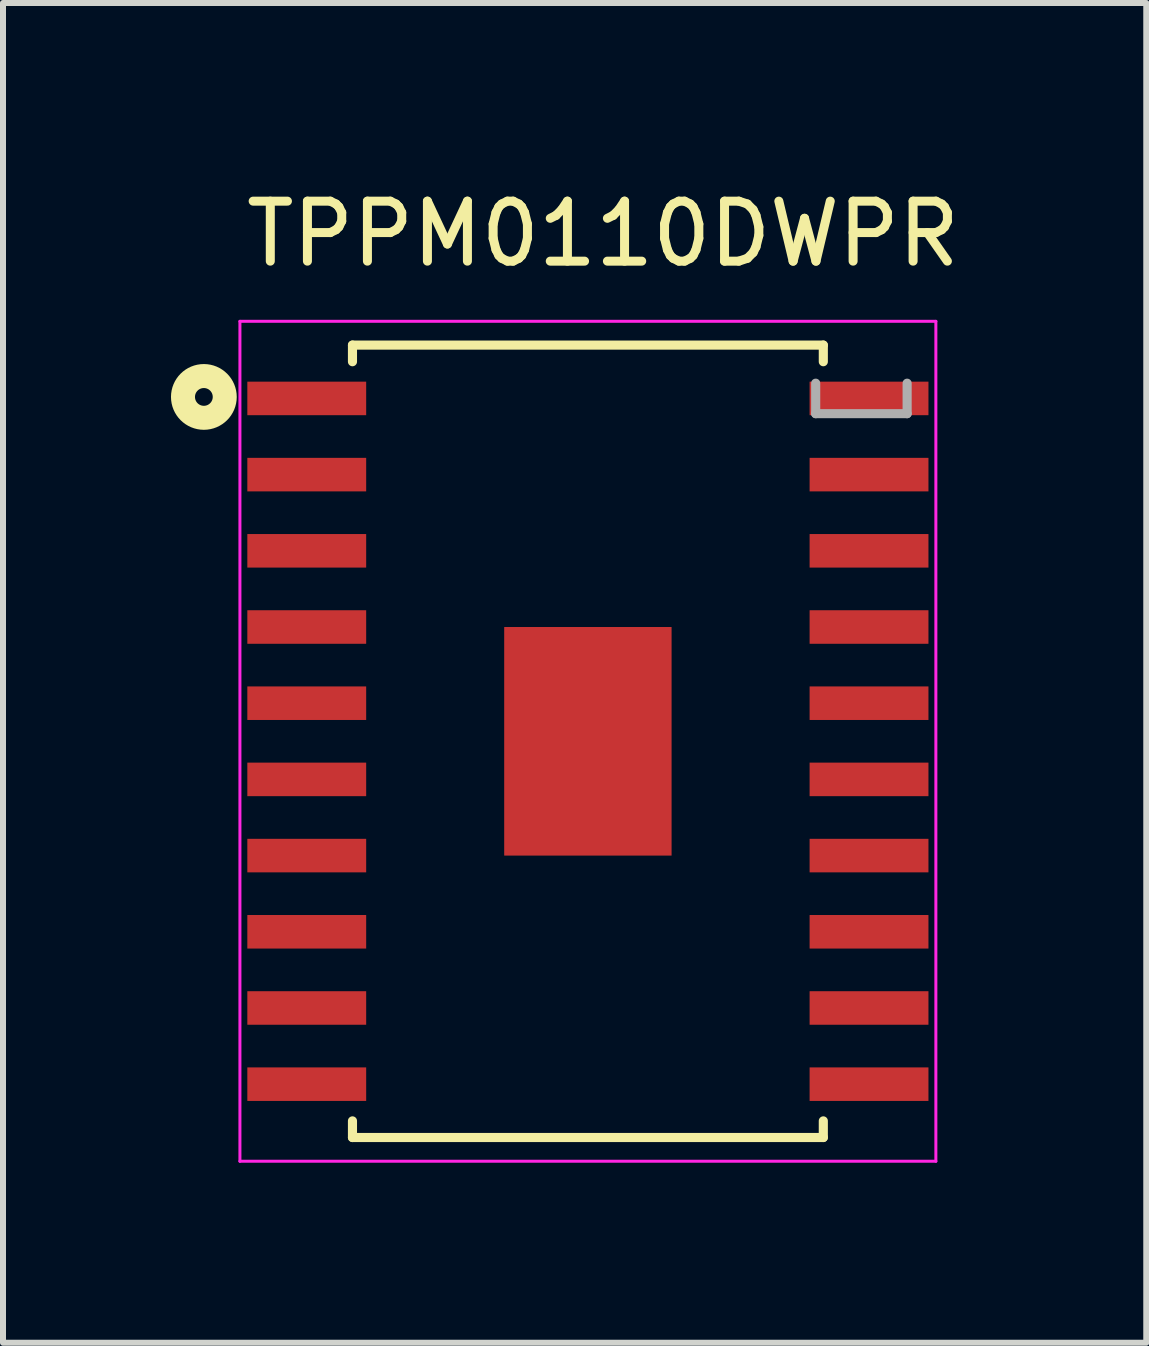
<source format=kicad_pcb>
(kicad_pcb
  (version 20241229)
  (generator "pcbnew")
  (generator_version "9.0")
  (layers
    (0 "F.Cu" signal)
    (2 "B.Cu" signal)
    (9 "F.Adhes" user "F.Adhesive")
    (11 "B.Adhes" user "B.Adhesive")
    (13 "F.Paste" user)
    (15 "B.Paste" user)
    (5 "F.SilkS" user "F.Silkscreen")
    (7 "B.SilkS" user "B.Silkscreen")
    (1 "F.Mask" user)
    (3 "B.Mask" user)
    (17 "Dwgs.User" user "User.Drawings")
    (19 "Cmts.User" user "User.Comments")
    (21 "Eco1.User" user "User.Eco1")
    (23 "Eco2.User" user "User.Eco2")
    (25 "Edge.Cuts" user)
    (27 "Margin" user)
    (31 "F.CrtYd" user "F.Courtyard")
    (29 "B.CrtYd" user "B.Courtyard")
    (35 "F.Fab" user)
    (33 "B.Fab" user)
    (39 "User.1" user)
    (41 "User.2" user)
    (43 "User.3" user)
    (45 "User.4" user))
  (footprint "TPPM0110DWPR"
    (layer "F.Cu")
    (at 6.749 9.306)
    (property "Reference" "TPPM0110DWPR" (at 0.254 -8.458 0) (layer "F.SilkS") (effects (font (size 1 1) (thickness 0.15))))
    (attr through_hole)
    (fp_line (start -1.458 -1.968) (end -0.987 -1.968) (stroke (width 0.152) (type solid)) (layer "F.Mask"))
    (fp_line (start -1.458 -1.968) (end 1.458 -1.968) (stroke (width 0.152) (type solid)) (layer "F.Mask"))
    (fp_line (start -1.458 -1.381) (end -1.458 -1.968) (stroke (width 0.152) (type solid)) (layer "F.Mask"))
    (fp_line (start -1.458 -0.981) (end 1.458 -0.981) (stroke (width 0.152) (type solid)) (layer "F.Mask"))
    (fp_line (start -1.458 -0.594) (end -1.458 -0.981) (stroke (width 0.152) (type solid)) (layer "F.Mask"))
    (fp_line (start -1.458 -0.194) (end 1.458 -0.194) (stroke (width 0.152) (type solid)) (layer "F.Mask"))
    (fp_line (start -1.458 0.194) (end -1.458 -0.194) (stroke (width 0.152) (type solid)) (layer "F.Mask"))
    (fp_line (start -1.458 0.594) (end 1.458 0.594) (stroke (width 0.152) (type solid)) (layer "F.Mask"))
    (fp_line (start -1.458 0.981) (end -1.458 0.594) (stroke (width 0.152) (type solid)) (layer "F.Mask"))
    (fp_line (start -1.458 1.381) (end 1.458 1.381) (stroke (width 0.152) (type solid)) (layer "F.Mask"))
    (fp_line (start -1.458 1.968) (end -1.458 -1.968) (stroke (width 0.152) (type solid)) (layer "F.Mask"))
    (fp_line (start -1.458 1.968) (end -1.458 1.381) (stroke (width 0.152) (type solid)) (layer "F.Mask"))
    (fp_line (start -0.987 -1.968) (end -0.987 1.968) (stroke (width 0.152) (type solid)) (layer "F.Mask"))
    (fp_line (start -0.987 1.968) (end -1.458 1.968) (stroke (width 0.152) (type solid)) (layer "F.Mask"))
    (fp_line (start -0.587 -1.968) (end -0.587 1.968) (stroke (width 0.152) (type solid)) (layer "F.Mask"))
    (fp_line (start -0.587 1.968) (end -0.2 1.968) (stroke (width 0.152) (type solid)) (layer "F.Mask"))
    (fp_line (start -0.2 -1.968) (end -0.587 -1.968) (stroke (width 0.152) (type solid)) (layer "F.Mask"))
    (fp_line (start -0.2 1.968) (end -0.2 -1.968) (stroke (width 0.152) (type solid)) (layer "F.Mask"))
    (fp_line (start 0.2 -1.968) (end 0.2 1.968) (stroke (width 0.152) (type solid)) (layer "F.Mask"))
    (fp_line (start 0.2 1.968) (end 0.587 1.968) (stroke (width 0.152) (type solid)) (layer "F.Mask"))
    (fp_line (start 0.587 -1.968) (end 0.2 -1.968) (stroke (width 0.152) (type solid)) (layer "F.Mask"))
    (fp_line (start 0.587 1.968) (end 0.587 -1.968) (stroke (width 0.152) (type solid)) (layer "F.Mask"))
    (fp_line (start 0.987 -1.968) (end 1.458 -1.968) (stroke (width 0.152) (type solid)) (layer "F.Mask"))
    (fp_line (start 0.987 1.968) (end 0.987 -1.968) (stroke (width 0.152) (type solid)) (layer "F.Mask"))
    (fp_line (start 1.458 -1.968) (end 1.458 -1.381) (stroke (width 0.152) (type solid)) (layer "F.Mask"))
    (fp_line (start 1.458 -1.968) (end 1.458 1.968) (stroke (width 0.152) (type solid)) (layer "F.Mask"))
    (fp_line (start 1.458 -1.381) (end -1.458 -1.381) (stroke (width 0.152) (type solid)) (layer "F.Mask"))
    (fp_line (start 1.458 -0.981) (end 1.458 -0.594) (stroke (width 0.152) (type solid)) (layer "F.Mask"))
    (fp_line (start 1.458 -0.594) (end -1.458 -0.594) (stroke (width 0.152) (type solid)) (layer "F.Mask"))
    (fp_line (start 1.458 -0.194) (end 1.458 0.194) (stroke (width 0.152) (type solid)) (layer "F.Mask"))
    (fp_line (start 1.458 0.194) (end -1.458 0.194) (stroke (width 0.152) (type solid)) (layer "F.Mask"))
    (fp_line (start 1.458 0.594) (end 1.458 0.981) (stroke (width 0.152) (type solid)) (layer "F.Mask"))
    (fp_line (start 1.458 0.981) (end -1.458 0.981) (stroke (width 0.152) (type solid)) (layer "F.Mask"))
    (fp_line (start 1.458 1.381) (end 1.458 1.968) (stroke (width 0.152) (type solid)) (layer "F.Mask"))
    (fp_line (start 1.458 1.968) (end -1.458 1.968) (stroke (width 0.152) (type solid)) (layer "F.Mask"))
    (fp_line (start 1.458 1.968) (end 0.987 1.968) (stroke (width 0.152) (type solid)) (layer "F.Mask"))
    (fp_line (start -3.924 -6.604) (end -3.924 -6.327) (stroke (width 0.152) (type solid)) (layer "F.SilkS"))
    (fp_line (start -3.924 6.327) (end -3.924 6.604) (stroke (width 0.152) (type solid)) (layer "F.SilkS"))
    (fp_line (start -3.924 6.604) (end 3.924 6.604) (stroke (width 0.152) (type solid)) (layer "F.SilkS"))
    (fp_line (start 3.924 -6.604) (end -3.924 -6.604) (stroke (width 0.152) (type solid)) (layer "F.SilkS"))
    (fp_line (start 3.924 -6.327) (end 3.924 -6.604) (stroke (width 0.152) (type solid)) (layer "F.SilkS"))
    (fp_line (start 3.924 6.604) (end 3.924 6.327) (stroke (width 0.152) (type solid)) (layer "F.SilkS"))
    (fp_circle (center -6.401 -5.74) (end -6.253 -5.74) (stroke (width 0.4) (type solid)) (fill no) (layer "F.SilkS"))
    (fp_line (start -1.32 -1.83) (end -1.32 -1.281) (stroke (width 0.152) (type solid)) (layer "F.Paste"))
    (fp_line (start -1.32 -1.281) (end -1.029 -1.281) (stroke (width 0.152) (type solid)) (layer "F.Paste"))
    (fp_line (start -1.32 -1.081) (end -1.32 -0.494) (stroke (width 0.152) (type solid)) (layer "F.Paste"))
    (fp_line (start -1.32 -0.494) (end -1.029 -0.494) (stroke (width 0.152) (type solid)) (layer "F.Paste"))
    (fp_line (start -1.32 -0.294) (end -1.32 0.294) (stroke (width 0.152) (type solid)) (layer "F.Paste"))
    (fp_line (start -1.32 0.294) (end -1.029 0.294) (stroke (width 0.152) (type solid)) (layer "F.Paste"))
    (fp_line (start -1.32 0.494) (end -1.32 1.081) (stroke (width 0.152) (type solid)) (layer "F.Paste"))
    (fp_line (start -1.32 1.081) (end -1.029 1.081) (stroke (width 0.152) (type solid)) (layer "F.Paste"))
    (fp_line (start -1.32 1.281) (end -1.32 1.83) (stroke (width 0.152) (type solid)) (layer "F.Paste"))
    (fp_line (start -1.32 1.83) (end -0.887 1.83) (stroke (width 0.152) (type solid)) (layer "F.Paste"))
    (fp_line (start -1.029 -1.281) (end -1.029 -1.281) (stroke (width 0.152) (type solid)) (layer "F.Paste"))
    (fp_line (start -1.029 -1.281) (end -0.887 -1.423) (stroke (width 0.152) (type solid)) (layer "F.Paste"))
    (fp_line (start -1.029 -1.081) (end -1.32 -1.081) (stroke (width 0.152) (type solid)) (layer "F.Paste"))
    (fp_line (start -1.029 -1.081) (end -1.029 -1.081) (stroke (width 0.152) (type solid)) (layer "F.Paste"))
    (fp_line (start -1.029 -0.494) (end -1.029 -0.494) (stroke (width 0.152) (type solid)) (layer "F.Paste"))
    (fp_line (start -1.029 -0.494) (end -0.887 -0.635) (stroke (width 0.152) (type solid)) (layer "F.Paste"))
    (fp_line (start -1.029 -0.294) (end -1.32 -0.294) (stroke (width 0.152) (type solid)) (layer "F.Paste"))
    (fp_line (start -1.029 -0.294) (end -1.029 -0.294) (stroke (width 0.152) (type solid)) (layer "F.Paste"))
    (fp_line (start -1.029 0.294) (end -1.029 0.294) (stroke (width 0.152) (type solid)) (layer "F.Paste"))
    (fp_line (start -1.029 0.294) (end -0.887 0.152) (stroke (width 0.152) (type solid)) (layer "F.Paste"))
    (fp_line (start -1.029 0.494) (end -1.32 0.494) (stroke (width 0.152) (type solid)) (layer "F.Paste"))
    (fp_line (start -1.029 0.494) (end -1.029 0.494) (stroke (width 0.152) (type solid)) (layer "F.Paste"))
    (fp_line (start -1.029 1.081) (end -1.029 1.081) (stroke (width 0.152) (type solid)) (layer "F.Paste"))
    (fp_line (start -1.029 1.081) (end -0.887 0.94) (stroke (width 0.152) (type solid)) (layer "F.Paste"))
    (fp_line (start -1.029 1.281) (end -1.32 1.281) (stroke (width 0.152) (type solid)) (layer "F.Paste"))
    (fp_line (start -1.029 1.281) (end -1.029 1.281) (stroke (width 0.152) (type solid)) (layer "F.Paste"))
    (fp_line (start -0.887 -1.83) (end -1.32 -1.83) (stroke (width 0.152) (type solid)) (layer "F.Paste"))
    (fp_line (start -0.887 -1.423) (end -0.887 -1.83) (stroke (width 0.152) (type solid)) (layer "F.Paste"))
    (fp_line (start -0.887 -1.423) (end -0.887 -1.423) (stroke (width 0.152) (type solid)) (layer "F.Paste"))
    (fp_line (start -0.887 -0.94) (end -1.029 -1.081) (stroke (width 0.152) (type solid)) (layer "F.Paste"))
    (fp_line (start -0.887 -0.94) (end -0.887 -0.94) (stroke (width 0.152) (type solid)) (layer "F.Paste"))
    (fp_line (start -0.887 -0.635) (end -0.887 -0.94) (stroke (width 0.152) (type solid)) (layer "F.Paste"))
    (fp_line (start -0.887 -0.635) (end -0.887 -0.635) (stroke (width 0.152) (type solid)) (layer "F.Paste"))
    (fp_line (start -0.887 -0.152) (end -1.029 -0.294) (stroke (width 0.152) (type solid)) (layer "F.Paste"))
    (fp_line (start -0.887 -0.152) (end -0.887 -0.152) (stroke (width 0.152) (type solid)) (layer "F.Paste"))
    (fp_line (start -0.887 0.152) (end -0.887 -0.152) (stroke (width 0.152) (type solid)) (layer "F.Paste"))
    (fp_line (start -0.887 0.152) (end -0.887 0.152) (stroke (width 0.152) (type solid)) (layer "F.Paste"))
    (fp_line (start -0.887 0.635) (end -1.029 0.494) (stroke (width 0.152) (type solid)) (layer "F.Paste"))
    (fp_line (start -0.887 0.635) (end -0.887 0.635) (stroke (width 0.152) (type solid)) (layer "F.Paste"))
    (fp_line (start -0.887 0.94) (end -0.887 0.635) (stroke (width 0.152) (type solid)) (layer "F.Paste"))
    (fp_line (start -0.887 0.94) (end -0.887 0.94) (stroke (width 0.152) (type solid)) (layer "F.Paste"))
    (fp_line (start -0.887 1.423) (end -1.029 1.281) (stroke (width 0.152) (type solid)) (layer "F.Paste"))
    (fp_line (start -0.887 1.423) (end -0.887 1.423) (stroke (width 0.152) (type solid)) (layer "F.Paste"))
    (fp_line (start -0.887 1.83) (end -0.887 1.423) (stroke (width 0.152) (type solid)) (layer "F.Paste"))
    (fp_line (start -0.687 -1.83) (end -0.687 -1.423) (stroke (width 0.152) (type solid)) (layer "F.Paste"))
    (fp_line (start -0.687 -1.423) (end -0.687 -1.423) (stroke (width 0.152) (type solid)) (layer "F.Paste"))
    (fp_line (start -0.687 -1.423) (end -0.546 -1.281) (stroke (width 0.152) (type solid)) (layer "F.Paste"))
    (fp_line (start -0.687 -0.94) (end -0.687 -0.94) (stroke (width 0.152) (type solid)) (layer "F.Paste"))
    (fp_line (start -0.687 -0.94) (end -0.687 -0.635) (stroke (width 0.152) (type solid)) (layer "F.Paste"))
    (fp_line (start -0.687 -0.635) (end -0.687 -0.635) (stroke (width 0.152) (type solid)) (layer "F.Paste"))
    (fp_line (start -0.687 -0.635) (end -0.546 -0.494) (stroke (width 0.152) (type solid)) (layer "F.Paste"))
    (fp_line (start -0.687 -0.152) (end -0.687 -0.152) (stroke (width 0.152) (type solid)) (layer "F.Paste"))
    (fp_line (start -0.687 -0.152) (end -0.687 0.152) (stroke (width 0.152) (type solid)) (layer "F.Paste"))
    (fp_line (start -0.687 0.152) (end -0.687 0.152) (stroke (width 0.152) (type solid)) (layer "F.Paste"))
    (fp_line (start -0.687 0.152) (end -0.546 0.294) (stroke (width 0.152) (type solid)) (layer "F.Paste"))
    (fp_line (start -0.687 0.635) (end -0.687 0.635) (stroke (width 0.152) (type solid)) (layer "F.Paste"))
    (fp_line (start -0.687 0.635) (end -0.687 0.94) (stroke (width 0.152) (type solid)) (layer "F.Paste"))
    (fp_line (start -0.687 0.94) (end -0.687 0.94) (stroke (width 0.152) (type solid)) (layer "F.Paste"))
    (fp_line (start -0.687 0.94) (end -0.546 1.081) (stroke (width 0.152) (type solid)) (layer "F.Paste"))
    (fp_line (start -0.687 1.423) (end -0.687 1.423) (stroke (width 0.152) (type solid)) (layer "F.Paste"))
    (fp_line (start -0.687 1.423) (end -0.687 1.83) (stroke (width 0.152) (type solid)) (layer "F.Paste"))
    (fp_line (start -0.687 1.83) (end -0.1 1.83) (stroke (width 0.152) (type solid)) (layer "F.Paste"))
    (fp_line (start -0.546 -1.281) (end -0.546 -1.281) (stroke (width 0.152) (type solid)) (layer "F.Paste"))
    (fp_line (start -0.546 -1.281) (end -0.241 -1.281) (stroke (width 0.152) (type solid)) (layer "F.Paste"))
    (fp_line (start -0.546 -1.081) (end -0.687 -0.94) (stroke (width 0.152) (type solid)) (layer "F.Paste"))
    (fp_line (start -0.546 -1.081) (end -0.546 -1.081) (stroke (width 0.152) (type solid)) (layer "F.Paste"))
    (fp_line (start -0.546 -0.494) (end -0.546 -0.494) (stroke (width 0.152) (type solid)) (layer "F.Paste"))
    (fp_line (start -0.546 -0.494) (end -0.241 -0.494) (stroke (width 0.152) (type solid)) (layer "F.Paste"))
    (fp_line (start -0.546 -0.294) (end -0.687 -0.152) (stroke (width 0.152) (type solid)) (layer "F.Paste"))
    (fp_line (start -0.546 -0.294) (end -0.546 -0.294) (stroke (width 0.152) (type solid)) (layer "F.Paste"))
    (fp_line (start -0.546 0.294) (end -0.546 0.294) (stroke (width 0.152) (type solid)) (layer "F.Paste"))
    (fp_line (start -0.546 0.294) (end -0.241 0.294) (stroke (width 0.152) (type solid)) (layer "F.Paste"))
    (fp_line (start -0.546 0.494) (end -0.687 0.635) (stroke (width 0.152) (type solid)) (layer "F.Paste"))
    (fp_line (start -0.546 0.494) (end -0.546 0.494) (stroke (width 0.152) (type solid)) (layer "F.Paste"))
    (fp_line (start -0.546 1.081) (end -0.546 1.081) (stroke (width 0.152) (type solid)) (layer "F.Paste"))
    (fp_line (start -0.546 1.081) (end -0.241 1.081) (stroke (width 0.152) (type solid)) (layer "F.Paste"))
    (fp_line (start -0.546 1.281) (end -0.687 1.423) (stroke (width 0.152) (type solid)) (layer "F.Paste"))
    (fp_line (start -0.546 1.281) (end -0.546 1.281) (stroke (width 0.152) (type solid)) (layer "F.Paste"))
    (fp_line (start -0.241 -1.281) (end -0.241 -1.281) (stroke (width 0.152) (type solid)) (layer "F.Paste"))
    (fp_line (start -0.241 -1.281) (end -0.1 -1.423) (stroke (width 0.152) (type solid)) (layer "F.Paste"))
    (fp_line (start -0.241 -1.081) (end -0.546 -1.081) (stroke (width 0.152) (type solid)) (layer "F.Paste"))
    (fp_line (start -0.241 -1.081) (end -0.241 -1.081) (stroke (width 0.152) (type solid)) (layer "F.Paste"))
    (fp_line (start -0.241 -0.494) (end -0.241 -0.494) (stroke (width 0.152) (type solid)) (layer "F.Paste"))
    (fp_line (start -0.241 -0.494) (end -0.1 -0.635) (stroke (width 0.152) (type solid)) (layer "F.Paste"))
    (fp_line (start -0.241 -0.294) (end -0.546 -0.294) (stroke (width 0.152) (type solid)) (layer "F.Paste"))
    (fp_line (start -0.241 -0.294) (end -0.241 -0.294) (stroke (width 0.152) (type solid)) (layer "F.Paste"))
    (fp_line (start -0.241 0.294) (end -0.241 0.294) (stroke (width 0.152) (type solid)) (layer "F.Paste"))
    (fp_line (start -0.241 0.294) (end -0.1 0.152) (stroke (width 0.152) (type solid)) (layer "F.Paste"))
    (fp_line (start -0.241 0.494) (end -0.546 0.494) (stroke (width 0.152) (type solid)) (layer "F.Paste"))
    (fp_line (start -0.241 0.494) (end -0.241 0.494) (stroke (width 0.152) (type solid)) (layer "F.Paste"))
    (fp_line (start -0.241 1.081) (end -0.241 1.081) (stroke (width 0.152) (type solid)) (layer "F.Paste"))
    (fp_line (start -0.241 1.081) (end -0.1 0.94) (stroke (width 0.152) (type solid)) (layer "F.Paste"))
    (fp_line (start -0.241 1.281) (end -0.546 1.281) (stroke (width 0.152) (type solid)) (layer "F.Paste"))
    (fp_line (start -0.241 1.281) (end -0.241 1.281) (stroke (width 0.152) (type solid)) (layer "F.Paste"))
    (fp_line (start -0.1 -1.83) (end -0.687 -1.83) (stroke (width 0.152) (type solid)) (layer "F.Paste"))
    (fp_line (start -0.1 -1.423) (end -0.1 -1.83) (stroke (width 0.152) (type solid)) (layer "F.Paste"))
    (fp_line (start -0.1 -1.423) (end -0.1 -1.423) (stroke (width 0.152) (type solid)) (layer "F.Paste"))
    (fp_line (start -0.1 -0.94) (end -0.241 -1.081) (stroke (width 0.152) (type solid)) (layer "F.Paste"))
    (fp_line (start -0.1 -0.94) (end -0.1 -0.94) (stroke (width 0.152) (type solid)) (layer "F.Paste"))
    (fp_line (start -0.1 -0.635) (end -0.1 -0.94) (stroke (width 0.152) (type solid)) (layer "F.Paste"))
    (fp_line (start -0.1 -0.635) (end -0.1 -0.635) (stroke (width 0.152) (type solid)) (layer "F.Paste"))
    (fp_line (start -0.1 -0.152) (end -0.241 -0.294) (stroke (width 0.152) (type solid)) (layer "F.Paste"))
    (fp_line (start -0.1 -0.152) (end -0.1 -0.152) (stroke (width 0.152) (type solid)) (layer "F.Paste"))
    (fp_line (start -0.1 0.152) (end -0.1 -0.152) (stroke (width 0.152) (type solid)) (layer "F.Paste"))
    (fp_line (start -0.1 0.152) (end -0.1 0.152) (stroke (width 0.152) (type solid)) (layer "F.Paste"))
    (fp_line (start -0.1 0.635) (end -0.241 0.494) (stroke (width 0.152) (type solid)) (layer "F.Paste"))
    (fp_line (start -0.1 0.635) (end -0.1 0.635) (stroke (width 0.152) (type solid)) (layer "F.Paste"))
    (fp_line (start -0.1 0.94) (end -0.1 0.635) (stroke (width 0.152) (type solid)) (layer "F.Paste"))
    (fp_line (start -0.1 0.94) (end -0.1 0.94) (stroke (width 0.152) (type solid)) (layer "F.Paste"))
    (fp_line (start -0.1 1.423) (end -0.241 1.281) (stroke (width 0.152) (type solid)) (layer "F.Paste"))
    (fp_line (start -0.1 1.423) (end -0.1 1.423) (stroke (width 0.152) (type solid)) (layer "F.Paste"))
    (fp_line (start -0.1 1.83) (end -0.1 1.423) (stroke (width 0.152) (type solid)) (layer "F.Paste"))
    (fp_line (start 0.1 -1.83) (end 0.1 -1.423) (stroke (width 0.152) (type solid)) (layer "F.Paste"))
    (fp_line (start 0.1 -1.423) (end 0.1 -1.423) (stroke (width 0.152) (type solid)) (layer "F.Paste"))
    (fp_line (start 0.1 -1.423) (end 0.241 -1.281) (stroke (width 0.152) (type solid)) (layer "F.Paste"))
    (fp_line (start 0.1 -0.94) (end 0.1 -0.94) (stroke (width 0.152) (type solid)) (layer "F.Paste"))
    (fp_line (start 0.1 -0.94) (end 0.1 -0.635) (stroke (width 0.152) (type solid)) (layer "F.Paste"))
    (fp_line (start 0.1 -0.635) (end 0.1 -0.635) (stroke (width 0.152) (type solid)) (layer "F.Paste"))
    (fp_line (start 0.1 -0.635) (end 0.241 -0.494) (stroke (width 0.152) (type solid)) (layer "F.Paste"))
    (fp_line (start 0.1 -0.152) (end 0.1 -0.152) (stroke (width 0.152) (type solid)) (layer "F.Paste"))
    (fp_line (start 0.1 -0.152) (end 0.1 0.152) (stroke (width 0.152) (type solid)) (layer "F.Paste"))
    (fp_line (start 0.1 0.152) (end 0.1 0.152) (stroke (width 0.152) (type solid)) (layer "F.Paste"))
    (fp_line (start 0.1 0.152) (end 0.241 0.294) (stroke (width 0.152) (type solid)) (layer "F.Paste"))
    (fp_line (start 0.1 0.635) (end 0.1 0.635) (stroke (width 0.152) (type solid)) (layer "F.Paste"))
    (fp_line (start 0.1 0.635) (end 0.1 0.94) (stroke (width 0.152) (type solid)) (layer "F.Paste"))
    (fp_line (start 0.1 0.94) (end 0.1 0.94) (stroke (width 0.152) (type solid)) (layer "F.Paste"))
    (fp_line (start 0.1 0.94) (end 0.241 1.081) (stroke (width 0.152) (type solid)) (layer "F.Paste"))
    (fp_line (start 0.1 1.423) (end 0.1 1.423) (stroke (width 0.152) (type solid)) (layer "F.Paste"))
    (fp_line (start 0.1 1.423) (end 0.1 1.83) (stroke (width 0.152) (type solid)) (layer "F.Paste"))
    (fp_line (start 0.1 1.83) (end 0.687 1.83) (stroke (width 0.152) (type solid)) (layer "F.Paste"))
    (fp_line (start 0.241 -1.281) (end 0.241 -1.281) (stroke (width 0.152) (type solid)) (layer "F.Paste"))
    (fp_line (start 0.241 -1.281) (end 0.546 -1.281) (stroke (width 0.152) (type solid)) (layer "F.Paste"))
    (fp_line (start 0.241 -1.081) (end 0.1 -0.94) (stroke (width 0.152) (type solid)) (layer "F.Paste"))
    (fp_line (start 0.241 -1.081) (end 0.241 -1.081) (stroke (width 0.152) (type solid)) (layer "F.Paste"))
    (fp_line (start 0.241 -0.494) (end 0.241 -0.494) (stroke (width 0.152) (type solid)) (layer "F.Paste"))
    (fp_line (start 0.241 -0.494) (end 0.546 -0.494) (stroke (width 0.152) (type solid)) (layer "F.Paste"))
    (fp_line (start 0.241 -0.294) (end 0.1 -0.152) (stroke (width 0.152) (type solid)) (layer "F.Paste"))
    (fp_line (start 0.241 -0.294) (end 0.241 -0.294) (stroke (width 0.152) (type solid)) (layer "F.Paste"))
    (fp_line (start 0.241 0.294) (end 0.241 0.294) (stroke (width 0.152) (type solid)) (layer "F.Paste"))
    (fp_line (start 0.241 0.294) (end 0.546 0.294) (stroke (width 0.152) (type solid)) (layer "F.Paste"))
    (fp_line (start 0.241 0.494) (end 0.1 0.635) (stroke (width 0.152) (type solid)) (layer "F.Paste"))
    (fp_line (start 0.241 0.494) (end 0.241 0.494) (stroke (width 0.152) (type solid)) (layer "F.Paste"))
    (fp_line (start 0.241 1.081) (end 0.241 1.081) (stroke (width 0.152) (type solid)) (layer "F.Paste"))
    (fp_line (start 0.241 1.081) (end 0.546 1.081) (stroke (width 0.152) (type solid)) (layer "F.Paste"))
    (fp_line (start 0.241 1.281) (end 0.1 1.423) (stroke (width 0.152) (type solid)) (layer "F.Paste"))
    (fp_line (start 0.241 1.281) (end 0.241 1.281) (stroke (width 0.152) (type solid)) (layer "F.Paste"))
    (fp_line (start 0.546 -1.281) (end 0.546 -1.281) (stroke (width 0.152) (type solid)) (layer "F.Paste"))
    (fp_line (start 0.546 -1.281) (end 0.687 -1.423) (stroke (width 0.152) (type solid)) (layer "F.Paste"))
    (fp_line (start 0.546 -1.081) (end 0.241 -1.081) (stroke (width 0.152) (type solid)) (layer "F.Paste"))
    (fp_line (start 0.546 -1.081) (end 0.546 -1.081) (stroke (width 0.152) (type solid)) (layer "F.Paste"))
    (fp_line (start 0.546 -0.494) (end 0.546 -0.494) (stroke (width 0.152) (type solid)) (layer "F.Paste"))
    (fp_line (start 0.546 -0.494) (end 0.687 -0.635) (stroke (width 0.152) (type solid)) (layer "F.Paste"))
    (fp_line (start 0.546 -0.294) (end 0.241 -0.294) (stroke (width 0.152) (type solid)) (layer "F.Paste"))
    (fp_line (start 0.546 -0.294) (end 0.546 -0.294) (stroke (width 0.152) (type solid)) (layer "F.Paste"))
    (fp_line (start 0.546 0.294) (end 0.546 0.294) (stroke (width 0.152) (type solid)) (layer "F.Paste"))
    (fp_line (start 0.546 0.294) (end 0.687 0.152) (stroke (width 0.152) (type solid)) (layer "F.Paste"))
    (fp_line (start 0.546 0.494) (end 0.241 0.494) (stroke (width 0.152) (type solid)) (layer "F.Paste"))
    (fp_line (start 0.546 0.494) (end 0.546 0.494) (stroke (width 0.152) (type solid)) (layer "F.Paste"))
    (fp_line (start 0.546 1.081) (end 0.546 1.081) (stroke (width 0.152) (type solid)) (layer "F.Paste"))
    (fp_line (start 0.546 1.081) (end 0.687 0.94) (stroke (width 0.152) (type solid)) (layer "F.Paste"))
    (fp_line (start 0.546 1.281) (end 0.241 1.281) (stroke (width 0.152) (type solid)) (layer "F.Paste"))
    (fp_line (start 0.546 1.281) (end 0.546 1.281) (stroke (width 0.152) (type solid)) (layer "F.Paste"))
    (fp_line (start 0.687 -1.83) (end 0.1 -1.83) (stroke (width 0.152) (type solid)) (layer "F.Paste"))
    (fp_line (start 0.687 -1.423) (end 0.687 -1.83) (stroke (width 0.152) (type solid)) (layer "F.Paste"))
    (fp_line (start 0.687 -1.423) (end 0.687 -1.423) (stroke (width 0.152) (type solid)) (layer "F.Paste"))
    (fp_line (start 0.687 -0.94) (end 0.546 -1.081) (stroke (width 0.152) (type solid)) (layer "F.Paste"))
    (fp_line (start 0.687 -0.94) (end 0.687 -0.94) (stroke (width 0.152) (type solid)) (layer "F.Paste"))
    (fp_line (start 0.687 -0.635) (end 0.687 -0.94) (stroke (width 0.152) (type solid)) (layer "F.Paste"))
    (fp_line (start 0.687 -0.635) (end 0.687 -0.635) (stroke (width 0.152) (type solid)) (layer "F.Paste"))
    (fp_line (start 0.687 -0.152) (end 0.546 -0.294) (stroke (width 0.152) (type solid)) (layer "F.Paste"))
    (fp_line (start 0.687 -0.152) (end 0.687 -0.152) (stroke (width 0.152) (type solid)) (layer "F.Paste"))
    (fp_line (start 0.687 0.152) (end 0.687 -0.152) (stroke (width 0.152) (type solid)) (layer "F.Paste"))
    (fp_line (start 0.687 0.152) (end 0.687 0.152) (stroke (width 0.152) (type solid)) (layer "F.Paste"))
    (fp_line (start 0.687 0.635) (end 0.546 0.494) (stroke (width 0.152) (type solid)) (layer "F.Paste"))
    (fp_line (start 0.687 0.635) (end 0.687 0.635) (stroke (width 0.152) (type solid)) (layer "F.Paste"))
    (fp_line (start 0.687 0.94) (end 0.687 0.635) (stroke (width 0.152) (type solid)) (layer "F.Paste"))
    (fp_line (start 0.687 0.94) (end 0.687 0.94) (stroke (width 0.152) (type solid)) (layer "F.Paste"))
    (fp_line (start 0.687 1.423) (end 0.546 1.281) (stroke (width 0.152) (type solid)) (layer "F.Paste"))
    (fp_line (start 0.687 1.423) (end 0.687 1.423) (stroke (width 0.152) (type solid)) (layer "F.Paste"))
    (fp_line (start 0.687 1.83) (end 0.687 1.423) (stroke (width 0.152) (type solid)) (layer "F.Paste"))
    (fp_line (start 0.887 -1.83) (end 0.887 -1.423) (stroke (width 0.152) (type solid)) (layer "F.Paste"))
    (fp_line (start 0.887 -1.423) (end 0.887 -1.423) (stroke (width 0.152) (type solid)) (layer "F.Paste"))
    (fp_line (start 0.887 -1.423) (end 1.029 -1.281) (stroke (width 0.152) (type solid)) (layer "F.Paste"))
    (fp_line (start 0.887 -0.94) (end 0.887 -0.94) (stroke (width 0.152) (type solid)) (layer "F.Paste"))
    (fp_line (start 0.887 -0.94) (end 0.887 -0.635) (stroke (width 0.152) (type solid)) (layer "F.Paste"))
    (fp_line (start 0.887 -0.635) (end 0.887 -0.635) (stroke (width 0.152) (type solid)) (layer "F.Paste"))
    (fp_line (start 0.887 -0.635) (end 1.029 -0.494) (stroke (width 0.152) (type solid)) (layer "F.Paste"))
    (fp_line (start 0.887 -0.152) (end 0.887 -0.152) (stroke (width 0.152) (type solid)) (layer "F.Paste"))
    (fp_line (start 0.887 -0.152) (end 0.887 0.152) (stroke (width 0.152) (type solid)) (layer "F.Paste"))
    (fp_line (start 0.887 0.152) (end 0.887 0.152) (stroke (width 0.152) (type solid)) (layer "F.Paste"))
    (fp_line (start 0.887 0.152) (end 1.029 0.294) (stroke (width 0.152) (type solid)) (layer "F.Paste"))
    (fp_line (start 0.887 0.635) (end 0.887 0.635) (stroke (width 0.152) (type solid)) (layer "F.Paste"))
    (fp_line (start 0.887 0.635) (end 0.887 0.94) (stroke (width 0.152) (type solid)) (layer "F.Paste"))
    (fp_line (start 0.887 0.94) (end 0.887 0.94) (stroke (width 0.152) (type solid)) (layer "F.Paste"))
    (fp_line (start 0.887 0.94) (end 1.029 1.081) (stroke (width 0.152) (type solid)) (layer "F.Paste"))
    (fp_line (start 0.887 1.423) (end 0.887 1.423) (stroke (width 0.152) (type solid)) (layer "F.Paste"))
    (fp_line (start 0.887 1.423) (end 0.887 1.83) (stroke (width 0.152) (type solid)) (layer "F.Paste"))
    (fp_line (start 0.887 1.83) (end 1.32 1.83) (stroke (width 0.152) (type solid)) (layer "F.Paste"))
    (fp_line (start 1.029 -1.281) (end 1.029 -1.281) (stroke (width 0.152) (type solid)) (layer "F.Paste"))
    (fp_line (start 1.029 -1.281) (end 1.32 -1.281) (stroke (width 0.152) (type solid)) (layer "F.Paste"))
    (fp_line (start 1.029 -1.081) (end 0.887 -0.94) (stroke (width 0.152) (type solid)) (layer "F.Paste"))
    (fp_line (start 1.029 -1.081) (end 1.029 -1.081) (stroke (width 0.152) (type solid)) (layer "F.Paste"))
    (fp_line (start 1.029 -0.494) (end 1.029 -0.494) (stroke (width 0.152) (type solid)) (layer "F.Paste"))
    (fp_line (start 1.029 -0.494) (end 1.32 -0.494) (stroke (width 0.152) (type solid)) (layer "F.Paste"))
    (fp_line (start 1.029 -0.294) (end 0.887 -0.152) (stroke (width 0.152) (type solid)) (layer "F.Paste"))
    (fp_line (start 1.029 -0.294) (end 1.029 -0.294) (stroke (width 0.152) (type solid)) (layer "F.Paste"))
    (fp_line (start 1.029 0.294) (end 1.029 0.294) (stroke (width 0.152) (type solid)) (layer "F.Paste"))
    (fp_line (start 1.029 0.294) (end 1.32 0.294) (stroke (width 0.152) (type solid)) (layer "F.Paste"))
    (fp_line (start 1.029 0.494) (end 0.887 0.635) (stroke (width 0.152) (type solid)) (layer "F.Paste"))
    (fp_line (start 1.029 0.494) (end 1.029 0.494) (stroke (width 0.152) (type solid)) (layer "F.Paste"))
    (fp_line (start 1.029 1.081) (end 1.029 1.081) (stroke (width 0.152) (type solid)) (layer "F.Paste"))
    (fp_line (start 1.029 1.081) (end 1.32 1.081) (stroke (width 0.152) (type solid)) (layer "F.Paste"))
    (fp_line (start 1.029 1.281) (end 0.887 1.423) (stroke (width 0.152) (type solid)) (layer "F.Paste"))
    (fp_line (start 1.029 1.281) (end 1.029 1.281) (stroke (width 0.152) (type solid)) (layer "F.Paste"))
    (fp_line (start 1.32 -1.83) (end 0.887 -1.83) (stroke (width 0.152) (type solid)) (layer "F.Paste"))
    (fp_line (start 1.32 -1.281) (end 1.32 -1.83) (stroke (width 0.152) (type solid)) (layer "F.Paste"))
    (fp_line (start 1.32 -1.081) (end 1.029 -1.081) (stroke (width 0.152) (type solid)) (layer "F.Paste"))
    (fp_line (start 1.32 -0.494) (end 1.32 -1.081) (stroke (width 0.152) (type solid)) (layer "F.Paste"))
    (fp_line (start 1.32 -0.294) (end 1.029 -0.294) (stroke (width 0.152) (type solid)) (layer "F.Paste"))
    (fp_line (start 1.32 0.294) (end 1.32 -0.294) (stroke (width 0.152) (type solid)) (layer "F.Paste"))
    (fp_line (start 1.32 0.494) (end 1.029 0.494) (stroke (width 0.152) (type solid)) (layer "F.Paste"))
    (fp_line (start 1.32 1.081) (end 1.32 0.494) (stroke (width 0.152) (type solid)) (layer "F.Paste"))
    (fp_line (start 1.32 1.281) (end 1.029 1.281) (stroke (width 0.152) (type solid)) (layer "F.Paste"))
    (fp_line (start 1.32 1.83) (end 1.32 1.281) (stroke (width 0.152) (type solid)) (layer "F.Paste"))
    (fp_circle (center -0.787 -1.181) (end -0.597 -1.181) (stroke (width 0.152) (type solid)) (fill no) (layer "Eco1.User"))
    (fp_circle (center -0.787 -0.394) (end -0.597 -0.394) (stroke (width 0.152) (type solid)) (fill no) (layer "Eco1.User"))
    (fp_circle (center -0.787 0.394) (end -0.597 0.394) (stroke (width 0.152) (type solid)) (fill no) (layer "Eco1.User"))
    (fp_circle (center -0.787 1.181) (end -0.597 1.181) (stroke (width 0.152) (type solid)) (fill no) (layer "Eco1.User"))
    (fp_circle (center 0 -1.181) (end 0.191 -1.181) (stroke (width 0.152) (type solid)) (fill no) (layer "Eco1.User"))
    (fp_circle (center 0 -0.394) (end 0.191 -0.394) (stroke (width 0.152) (type solid)) (fill no) (layer "Eco1.User"))
    (fp_circle (center 0 0.394) (end 0.191 0.394) (stroke (width 0.152) (type solid)) (fill no) (layer "Eco1.User"))
    (fp_circle (center 0 1.181) (end 0.191 1.181) (stroke (width 0.152) (type solid)) (fill no) (layer "Eco1.User"))
    (fp_circle (center 0.787 -1.181) (end 0.978 -1.181) (stroke (width 0.152) (type solid)) (fill no) (layer "Eco1.User"))
    (fp_circle (center 0.787 -0.394) (end 0.978 -0.394) (stroke (width 0.152) (type solid)) (fill no) (layer "Eco1.User"))
    (fp_circle (center 0.787 0.394) (end 0.978 0.394) (stroke (width 0.152) (type solid)) (fill no) (layer "Eco1.User"))
    (fp_circle (center 0.787 1.181) (end 0.978 1.181) (stroke (width 0.152) (type solid)) (fill no) (layer "Eco1.User"))
    (fp_line (start -5.8 7) (end -5.8 -7) (stroke (width 0.05) (type solid)) (layer "F.CrtYd"))
    (fp_line (start 5.8 -7) (end -5.8 -7) (stroke (width 0.05) (type solid)) (layer "F.CrtYd"))
    (fp_line (start 5.8 7) (end -5.8 7) (stroke (width 0.05) (type solid)) (layer "F.CrtYd"))
    (fp_line (start 5.8 7) (end 5.8 -7) (stroke (width 0.05) (type solid)) (layer "F.CrtYd"))
    (fp_line (start 3.797 -5.969) (end 3.797 -5.461) (stroke (width 0.152) (type solid)) (layer "F.Fab"))
    (fp_line (start 3.797 -5.461) (end 5.321 -5.461) (stroke (width 0.152) (type solid)) (layer "F.Fab"))
    (fp_line (start 5.321 -5.461) (end 5.321 -5.969) (stroke (width 0.152) (type solid)) (layer "F.Fab"))
    (pad "1" smd rect (at -4.686 -5.715) (size 1.981 0.559) (layers "F.Cu" "F.Mask" "F.Paste"))
    (pad "2" smd rect (at -4.686 -4.445) (size 1.981 0.559) (layers "F.Cu" "F.Mask" "F.Paste"))
    (pad "3" smd rect (at -4.686 -3.175) (size 1.981 0.559) (layers "F.Cu" "F.Mask" "F.Paste"))
    (pad "4" smd rect (at -4.686 -1.905) (size 1.981 0.559) (layers "F.Cu" "F.Mask" "F.Paste"))
    (pad "5" smd rect (at -4.686 -0.635) (size 1.981 0.559) (layers "F.Cu" "F.Mask" "F.Paste"))
    (pad "6" smd rect (at -4.686 0.635) (size 1.981 0.559) (layers "F.Cu" "F.Mask" "F.Paste"))
    (pad "7" smd rect (at -4.686 1.905) (size 1.981 0.559) (layers "F.Cu" "F.Mask" "F.Paste"))
    (pad "8" smd rect (at -4.686 3.175) (size 1.981 0.559) (layers "F.Cu" "F.Mask" "F.Paste"))
    (pad "9" smd rect (at -4.686 4.445) (size 1.981 0.559) (layers "F.Cu" "F.Mask" "F.Paste"))
    (pad "10" smd rect (at -4.686 5.715) (size 1.981 0.559) (layers "F.Cu" "F.Mask" "F.Paste"))
    (pad "11" smd rect (at 4.686 5.715) (size 1.981 0.559) (layers "F.Cu" "F.Mask" "F.Paste"))
    (pad "12" smd rect (at 4.686 4.445) (size 1.981 0.559) (layers "F.Cu" "F.Mask" "F.Paste"))
    (pad "13" smd rect (at 4.686 3.175) (size 1.981 0.559) (layers "F.Cu" "F.Mask" "F.Paste"))
    (pad "14" smd rect (at 4.686 1.905) (size 1.981 0.559) (layers "F.Cu" "F.Mask" "F.Paste"))
    (pad "15" smd rect (at 4.686 0.635) (size 1.981 0.559) (layers "F.Cu" "F.Mask" "F.Paste"))
    (pad "16" smd rect (at 4.686 -0.635) (size 1.981 0.559) (layers "F.Cu" "F.Mask" "F.Paste"))
    (pad "17" smd rect (at 4.686 -1.905) (size 1.981 0.559) (layers "F.Cu" "F.Mask" "F.Paste"))
    (pad "18" smd rect (at 4.686 -3.175) (size 1.981 0.559) (layers "F.Cu" "F.Mask" "F.Paste"))
    (pad "19" smd rect (at 4.686 -4.445) (size 1.981 0.559) (layers "F.Cu" "F.Mask" "F.Paste"))
    (pad "20" smd rect (at 4.686 -5.715) (size 1.981 0.559) (layers "F.Cu" "F.Mask" "F.Paste"))
    (pad "21" smd rect (at 0 0) (size 2.79 3.81) (layers "F.Cu" "F.Mask" "F.Paste")))
  (gr_rect
    (start -3 -3)
    (end 16.056 19.331)
    (stroke (width 0.1) (type default))
    (fill no)
    (layer "Edge.Cuts")))
</source>
